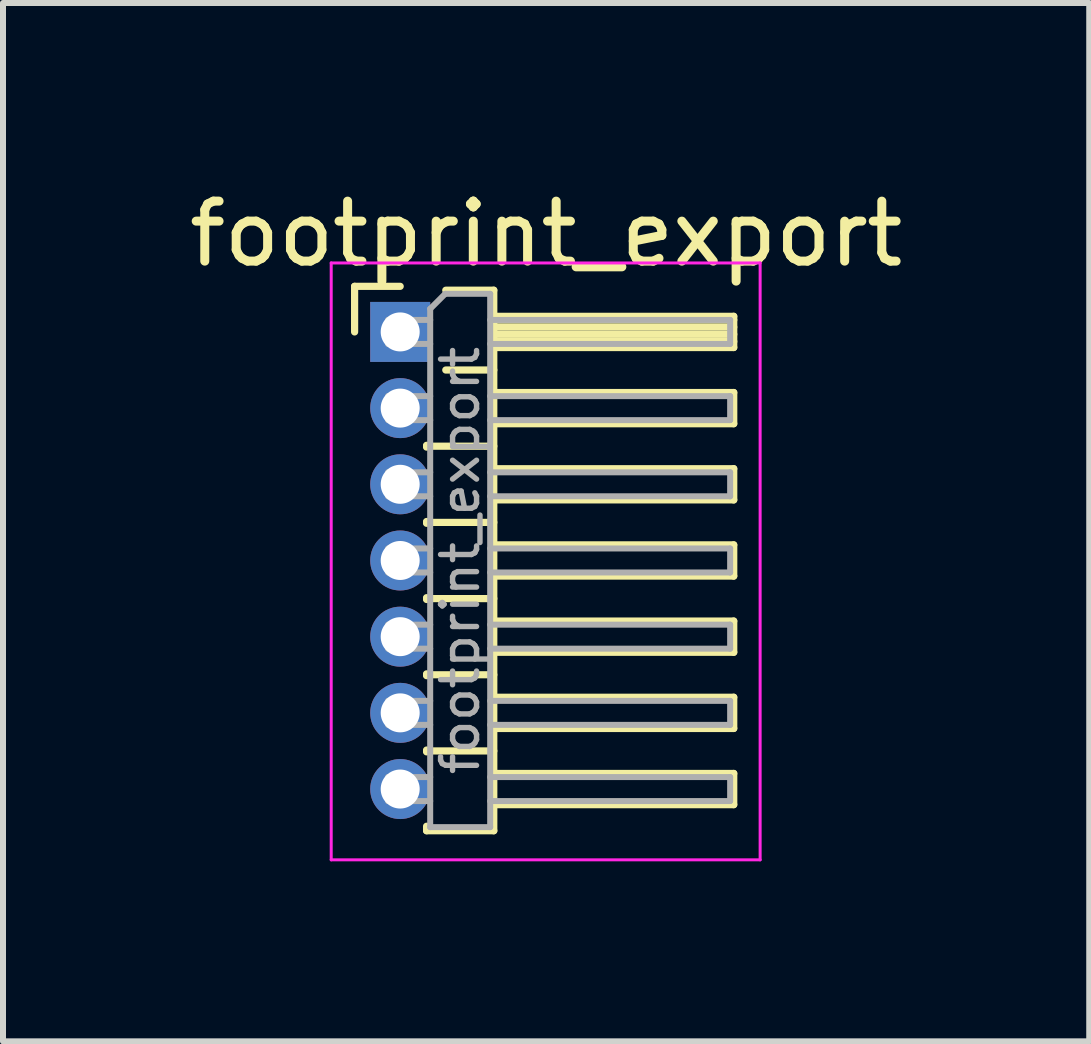
<source format=kicad_pcb>
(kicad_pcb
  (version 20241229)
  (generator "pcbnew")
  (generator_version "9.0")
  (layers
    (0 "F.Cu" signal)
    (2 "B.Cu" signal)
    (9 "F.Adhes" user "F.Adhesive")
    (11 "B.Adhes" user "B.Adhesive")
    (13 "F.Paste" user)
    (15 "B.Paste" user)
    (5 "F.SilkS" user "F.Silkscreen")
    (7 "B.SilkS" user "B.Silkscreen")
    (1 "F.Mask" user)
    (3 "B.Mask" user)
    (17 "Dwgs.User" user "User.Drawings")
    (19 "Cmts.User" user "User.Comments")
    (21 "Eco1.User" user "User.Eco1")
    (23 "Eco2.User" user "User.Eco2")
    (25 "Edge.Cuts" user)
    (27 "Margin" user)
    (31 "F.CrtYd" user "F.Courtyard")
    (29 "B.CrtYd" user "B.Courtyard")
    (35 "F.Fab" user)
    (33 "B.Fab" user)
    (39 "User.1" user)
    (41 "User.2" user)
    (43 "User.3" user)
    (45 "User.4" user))
  (footprint "footprint_export"
    (layer "F.Cu")
    (at 3.621 2.483)
    (property "Reference" "footprint_export" (at 2.433 -1.635 0) (layer "F.SilkS") (effects (font (size 1 1) (thickness 0.15))))
    (attr through_hole)
    (fp_line (start -0.76 -0.76) (end 0 -0.76) (stroke (width 0.12) (type solid)) (layer "F.SilkS"))
    (fp_line (start -0.76 0) (end -0.76 -0.76) (stroke (width 0.12) (type solid)) (layer "F.SilkS"))
    (fp_line (start 0.44 1.89) (end 0.44 1.92) (stroke (width 0.12) (type solid)) (layer "F.SilkS"))
    (fp_line (start 0.44 1.905) (end 1.56 1.905) (stroke (width 0.12) (type solid)) (layer "F.SilkS"))
    (fp_line (start 0.44 3.16) (end 0.44 3.19) (stroke (width 0.12) (type solid)) (layer "F.SilkS"))
    (fp_line (start 0.44 3.175) (end 1.56 3.175) (stroke (width 0.12) (type solid)) (layer "F.SilkS"))
    (fp_line (start 0.44 4.43) (end 0.44 4.46) (stroke (width 0.12) (type solid)) (layer "F.SilkS"))
    (fp_line (start 0.44 4.445) (end 1.56 4.445) (stroke (width 0.12) (type solid)) (layer "F.SilkS"))
    (fp_line (start 0.44 5.7) (end 0.44 5.73) (stroke (width 0.12) (type solid)) (layer "F.SilkS"))
    (fp_line (start 0.44 5.715) (end 1.56 5.715) (stroke (width 0.12) (type solid)) (layer "F.SilkS"))
    (fp_line (start 0.44 6.97) (end 0.44 7) (stroke (width 0.12) (type solid)) (layer "F.SilkS"))
    (fp_line (start 0.44 6.985) (end 1.56 6.985) (stroke (width 0.12) (type solid)) (layer "F.SilkS"))
    (fp_line (start 0.44 8.315) (end 0.44 8.24) (stroke (width 0.12) (type solid)) (layer "F.SilkS"))
    (fp_line (start 0.76 -0.695) (end 1.56 -0.695) (stroke (width 0.12) (type solid)) (layer "F.SilkS"))
    (fp_line (start 0.76 0.635) (end 1.56 0.635) (stroke (width 0.12) (type solid)) (layer "F.SilkS"))
    (fp_line (start 1.56 -0.695) (end 1.56 8.315) (stroke (width 0.12) (type solid)) (layer "F.SilkS"))
    (fp_line (start 1.56 -0.26) (end 5.56 -0.26) (stroke (width 0.12) (type solid)) (layer "F.SilkS"))
    (fp_line (start 1.56 -0.2) (end 5.56 -0.2) (stroke (width 0.12) (type solid)) (layer "F.SilkS"))
    (fp_line (start 1.56 -0.08) (end 5.56 -0.08) (stroke (width 0.12) (type solid)) (layer "F.SilkS"))
    (fp_line (start 1.56 0.04) (end 5.56 0.04) (stroke (width 0.12) (type solid)) (layer "F.SilkS"))
    (fp_line (start 1.56 0.16) (end 5.56 0.16) (stroke (width 0.12) (type solid)) (layer "F.SilkS"))
    (fp_line (start 1.56 1.01) (end 5.56 1.01) (stroke (width 0.12) (type solid)) (layer "F.SilkS"))
    (fp_line (start 1.56 2.28) (end 5.56 2.28) (stroke (width 0.12) (type solid)) (layer "F.SilkS"))
    (fp_line (start 1.56 3.55) (end 5.56 3.55) (stroke (width 0.12) (type solid)) (layer "F.SilkS"))
    (fp_line (start 1.56 4.82) (end 5.56 4.82) (stroke (width 0.12) (type solid)) (layer "F.SilkS"))
    (fp_line (start 1.56 6.09) (end 5.56 6.09) (stroke (width 0.12) (type solid)) (layer "F.SilkS"))
    (fp_line (start 1.56 7.36) (end 5.56 7.36) (stroke (width 0.12) (type solid)) (layer "F.SilkS"))
    (fp_line (start 1.56 8.315) (end 0.44 8.315) (stroke (width 0.12) (type solid)) (layer "F.SilkS"))
    (fp_line (start 5.56 -0.26) (end 5.56 0.26) (stroke (width 0.12) (type solid)) (layer "F.SilkS"))
    (fp_line (start 5.56 0.26) (end 1.56 0.26) (stroke (width 0.12) (type solid)) (layer "F.SilkS"))
    (fp_line (start 5.56 1.01) (end 5.56 1.53) (stroke (width 0.12) (type solid)) (layer "F.SilkS"))
    (fp_line (start 5.56 1.53) (end 1.56 1.53) (stroke (width 0.12) (type solid)) (layer "F.SilkS"))
    (fp_line (start 5.56 2.28) (end 5.56 2.8) (stroke (width 0.12) (type solid)) (layer "F.SilkS"))
    (fp_line (start 5.56 2.8) (end 1.56 2.8) (stroke (width 0.12) (type solid)) (layer "F.SilkS"))
    (fp_line (start 5.56 3.55) (end 5.56 4.07) (stroke (width 0.12) (type solid)) (layer "F.SilkS"))
    (fp_line (start 5.56 4.07) (end 1.56 4.07) (stroke (width 0.12) (type solid)) (layer "F.SilkS"))
    (fp_line (start 5.56 4.82) (end 5.56 5.34) (stroke (width 0.12) (type solid)) (layer "F.SilkS"))
    (fp_line (start 5.56 5.34) (end 1.56 5.34) (stroke (width 0.12) (type solid)) (layer "F.SilkS"))
    (fp_line (start 5.56 6.09) (end 5.56 6.61) (stroke (width 0.12) (type solid)) (layer "F.SilkS"))
    (fp_line (start 5.56 6.61) (end 1.56 6.61) (stroke (width 0.12) (type solid)) (layer "F.SilkS"))
    (fp_line (start 5.56 7.36) (end 5.56 7.88) (stroke (width 0.12) (type solid)) (layer "F.SilkS"))
    (fp_line (start 5.56 7.88) (end 1.56 7.88) (stroke (width 0.12) (type solid)) (layer "F.SilkS"))
    (fp_line (start -1.15 -1.15) (end -1.15 8.8) (stroke (width 0.05) (type solid)) (layer "F.CrtYd"))
    (fp_line (start -1.15 8.8) (end 6 8.8) (stroke (width 0.05) (type solid)) (layer "F.CrtYd"))
    (fp_line (start 6 -1.15) (end -1.15 -1.15) (stroke (width 0.05) (type solid)) (layer "F.CrtYd"))
    (fp_line (start 6 8.8) (end 6 -1.15) (stroke (width 0.05) (type solid)) (layer "F.CrtYd"))
    (fp_line (start -0.2 -0.2) (end -0.2 0.2) (stroke (width 0.1) (type solid)) (layer "F.Fab"))
    (fp_line (start -0.2 -0.2) (end 0.5 -0.2) (stroke (width 0.1) (type solid)) (layer "F.Fab"))
    (fp_line (start -0.2 0.2) (end 0.5 0.2) (stroke (width 0.1) (type solid)) (layer "F.Fab"))
    (fp_line (start -0.2 1.07) (end -0.2 1.47) (stroke (width 0.1) (type solid)) (layer "F.Fab"))
    (fp_line (start -0.2 1.07) (end 0.5 1.07) (stroke (width 0.1) (type solid)) (layer "F.Fab"))
    (fp_line (start -0.2 1.47) (end 0.5 1.47) (stroke (width 0.1) (type solid)) (layer "F.Fab"))
    (fp_line (start -0.2 2.34) (end -0.2 2.74) (stroke (width 0.1) (type solid)) (layer "F.Fab"))
    (fp_line (start -0.2 2.34) (end 0.5 2.34) (stroke (width 0.1) (type solid)) (layer "F.Fab"))
    (fp_line (start -0.2 2.74) (end 0.5 2.74) (stroke (width 0.1) (type solid)) (layer "F.Fab"))
    (fp_line (start -0.2 3.61) (end -0.2 4.01) (stroke (width 0.1) (type solid)) (layer "F.Fab"))
    (fp_line (start -0.2 3.61) (end 0.5 3.61) (stroke (width 0.1) (type solid)) (layer "F.Fab"))
    (fp_line (start -0.2 4.01) (end 0.5 4.01) (stroke (width 0.1) (type solid)) (layer "F.Fab"))
    (fp_line (start -0.2 4.88) (end -0.2 5.28) (stroke (width 0.1) (type solid)) (layer "F.Fab"))
    (fp_line (start -0.2 4.88) (end 0.5 4.88) (stroke (width 0.1) (type solid)) (layer "F.Fab"))
    (fp_line (start -0.2 5.28) (end 0.5 5.28) (stroke (width 0.1) (type solid)) (layer "F.Fab"))
    (fp_line (start -0.2 6.15) (end -0.2 6.55) (stroke (width 0.1) (type solid)) (layer "F.Fab"))
    (fp_line (start -0.2 6.15) (end 0.5 6.15) (stroke (width 0.1) (type solid)) (layer "F.Fab"))
    (fp_line (start -0.2 6.55) (end 0.5 6.55) (stroke (width 0.1) (type solid)) (layer "F.Fab"))
    (fp_line (start -0.2 7.42) (end -0.2 7.82) (stroke (width 0.1) (type solid)) (layer "F.Fab"))
    (fp_line (start -0.2 7.42) (end 0.5 7.42) (stroke (width 0.1) (type solid)) (layer "F.Fab"))
    (fp_line (start -0.2 7.82) (end 0.5 7.82) (stroke (width 0.1) (type solid)) (layer "F.Fab"))
    (fp_line (start 0.5 -0.385) (end 0.75 -0.635) (stroke (width 0.1) (type solid)) (layer "F.Fab"))
    (fp_line (start 0.5 8.255) (end 0.5 -0.385) (stroke (width 0.1) (type solid)) (layer "F.Fab"))
    (fp_line (start 0.75 -0.635) (end 1.5 -0.635) (stroke (width 0.1) (type solid)) (layer "F.Fab"))
    (fp_line (start 1.5 -0.635) (end 1.5 8.255) (stroke (width 0.1) (type solid)) (layer "F.Fab"))
    (fp_line (start 1.5 -0.2) (end 5.5 -0.2) (stroke (width 0.1) (type solid)) (layer "F.Fab"))
    (fp_line (start 1.5 0.2) (end 5.5 0.2) (stroke (width 0.1) (type solid)) (layer "F.Fab"))
    (fp_line (start 1.5 1.07) (end 5.5 1.07) (stroke (width 0.1) (type solid)) (layer "F.Fab"))
    (fp_line (start 1.5 1.47) (end 5.5 1.47) (stroke (width 0.1) (type solid)) (layer "F.Fab"))
    (fp_line (start 1.5 2.34) (end 5.5 2.34) (stroke (width 0.1) (type solid)) (layer "F.Fab"))
    (fp_line (start 1.5 2.74) (end 5.5 2.74) (stroke (width 0.1) (type solid)) (layer "F.Fab"))
    (fp_line (start 1.5 3.61) (end 5.5 3.61) (stroke (width 0.1) (type solid)) (layer "F.Fab"))
    (fp_line (start 1.5 4.01) (end 5.5 4.01) (stroke (width 0.1) (type solid)) (layer "F.Fab"))
    (fp_line (start 1.5 4.88) (end 5.5 4.88) (stroke (width 0.1) (type solid)) (layer "F.Fab"))
    (fp_line (start 1.5 5.28) (end 5.5 5.28) (stroke (width 0.1) (type solid)) (layer "F.Fab"))
    (fp_line (start 1.5 6.15) (end 5.5 6.15) (stroke (width 0.1) (type solid)) (layer "F.Fab"))
    (fp_line (start 1.5 6.55) (end 5.5 6.55) (stroke (width 0.1) (type solid)) (layer "F.Fab"))
    (fp_line (start 1.5 7.42) (end 5.5 7.42) (stroke (width 0.1) (type solid)) (layer "F.Fab"))
    (fp_line (start 1.5 7.82) (end 5.5 7.82) (stroke (width 0.1) (type solid)) (layer "F.Fab"))
    (fp_line (start 1.5 8.255) (end 0.5 8.255) (stroke (width 0.1) (type solid)) (layer "F.Fab"))
    (fp_line (start 5.5 -0.2) (end 5.5 0.2) (stroke (width 0.1) (type solid)) (layer "F.Fab"))
    (fp_line (start 5.5 1.07) (end 5.5 1.47) (stroke (width 0.1) (type solid)) (layer "F.Fab"))
    (fp_line (start 5.5 2.34) (end 5.5 2.74) (stroke (width 0.1) (type solid)) (layer "F.Fab"))
    (fp_line (start 5.5 3.61) (end 5.5 4.01) (stroke (width 0.1) (type solid)) (layer "F.Fab"))
    (fp_line (start 5.5 4.88) (end 5.5 5.28) (stroke (width 0.1) (type solid)) (layer "F.Fab"))
    (fp_line (start 5.5 6.15) (end 5.5 6.55) (stroke (width 0.1) (type solid)) (layer "F.Fab"))
    (fp_line (start 5.5 7.42) (end 5.5 7.82) (stroke (width 0.1) (type solid)) (layer "F.Fab"))
    (fp_text user "${REFERENCE}" (at 1 3.81 90) (layer "F.Fab") (effects (font (size 0.6 0.6) (thickness 0.09))))
    (pad "1" thru_hole rect (at 0 0) (size 1 1) (drill 0.65) (layers "*.Cu" "*.Mask"))
    (pad "2" thru_hole oval (at 0 1.27) (size 1 1) (drill 0.65) (layers "*.Cu" "*.Mask"))
    (pad "3" thru_hole oval (at 0 2.54) (size 1 1) (drill 0.65) (layers "*.Cu" "*.Mask"))
    (pad "4" thru_hole oval (at 0 3.81) (size 1 1) (drill 0.65) (layers "*.Cu" "*.Mask"))
    (pad "5" thru_hole oval (at 0 5.08) (size 1 1) (drill 0.65) (layers "*.Cu" "*.Mask"))
    (pad "6" thru_hole oval (at 0 6.35) (size 1 1) (drill 0.65) (layers "*.Cu" "*.Mask"))
    (pad "7" thru_hole oval (at 0 7.62) (size 1 1) (drill 0.65) (layers "*.Cu" "*.Mask")))
  (gr_rect
    (start -3 -3)
    (end 15.107 14.308)
    (stroke (width 0.1) (type default))
    (fill no)
    (layer "Edge.Cuts")))
</source>
